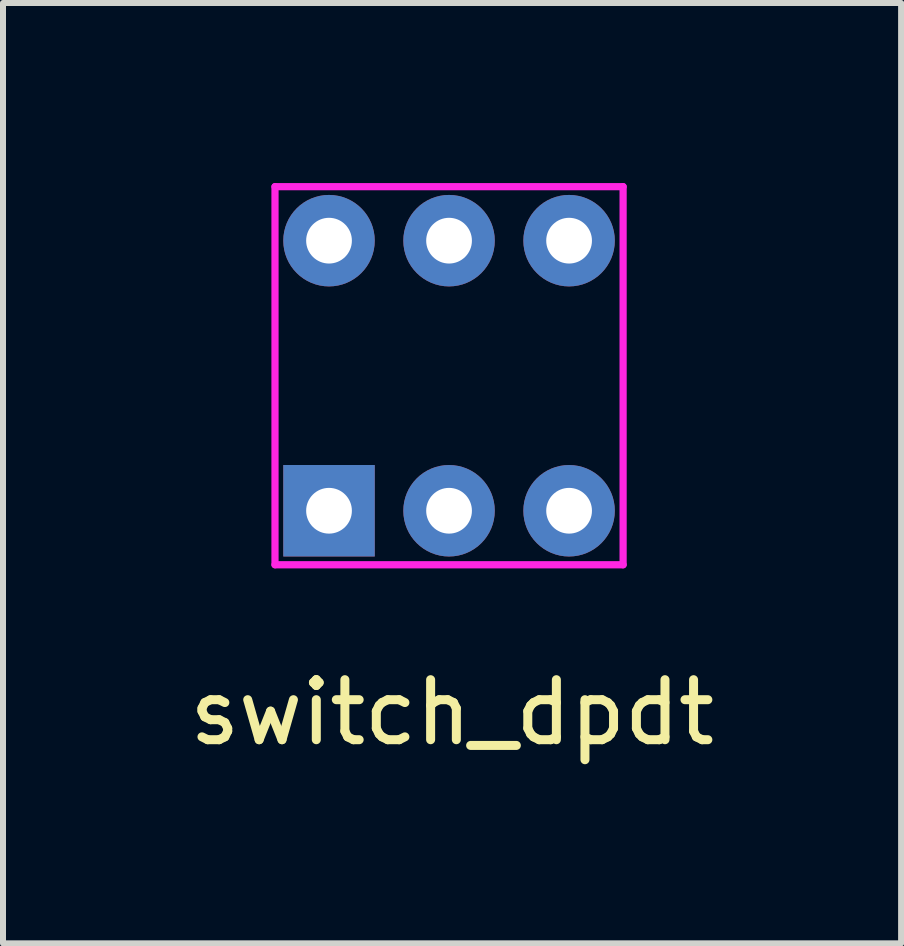
<source format=kicad_pcb>
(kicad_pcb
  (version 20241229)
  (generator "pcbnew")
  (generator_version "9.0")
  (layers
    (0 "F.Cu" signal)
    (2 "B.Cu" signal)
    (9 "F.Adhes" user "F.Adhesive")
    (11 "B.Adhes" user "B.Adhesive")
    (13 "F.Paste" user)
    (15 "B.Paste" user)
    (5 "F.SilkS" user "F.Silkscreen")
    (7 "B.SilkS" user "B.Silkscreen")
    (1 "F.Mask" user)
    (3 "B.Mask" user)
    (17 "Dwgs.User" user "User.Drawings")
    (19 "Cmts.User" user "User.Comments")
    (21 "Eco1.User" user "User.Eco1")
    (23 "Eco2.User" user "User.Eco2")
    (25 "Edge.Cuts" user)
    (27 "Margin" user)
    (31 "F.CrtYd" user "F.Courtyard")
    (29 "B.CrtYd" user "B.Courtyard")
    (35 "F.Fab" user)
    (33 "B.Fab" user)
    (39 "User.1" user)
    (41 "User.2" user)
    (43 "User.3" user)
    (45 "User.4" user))
  (footprint "switch_dpdt"
    (layer "F.Cu")
    (at 2.432 5.46)
    (property "Reference" "switch_dpdt" (at 2.05 3.36 0) (layer "F.SilkS") (effects (font (size 1 1) (thickness 0.15))))
    (attr through_hole)
    (fp_line (start -0.9 -5.4) (end -0.9 0.9) (stroke (width 0.12) (type solid)) (layer "F.CrtYd"))
    (fp_line (start -0.9 -5.4) (end 4.9 -5.4) (stroke (width 0.12) (type solid)) (layer "F.CrtYd"))
    (fp_line (start -0.9 0.9) (end 4.9 0.9) (stroke (width 0.12) (type solid)) (layer "F.CrtYd"))
    (fp_line (start 4.9 -5.4) (end 4.9 0.9) (stroke (width 0.12) (type solid)) (layer "F.CrtYd"))
    (pad "1" thru_hole rect (at 0 0) (size 1.524 1.524) (drill 0.762) (layers "*.Cu" "*.Mask"))
    (pad "2" thru_hole circle (at 2 0) (size 1.524 1.524) (drill 0.762) (layers "*.Cu" "*.Mask"))
    (pad "3" thru_hole circle (at 4 0) (size 1.524 1.524) (drill 0.762) (layers "*.Cu" "*.Mask"))
    (pad "4" thru_hole circle (at 0 -4.5) (size 1.524 1.524) (drill 0.762) (layers "*.Cu" "*.Mask"))
    (pad "5" thru_hole circle (at 2 -4.5) (size 1.524 1.524) (drill 0.762) (layers "*.Cu" "*.Mask"))
    (pad "6" thru_hole circle (at 4 -4.5) (size 1.524 1.524) (drill 0.762) (layers "*.Cu" "*.Mask")))
  (gr_rect
    (start -3 -3)
    (end 11.964 12.668)
    (stroke (width 0.1) (type default))
    (fill no)
    (layer "Edge.Cuts")))
</source>
